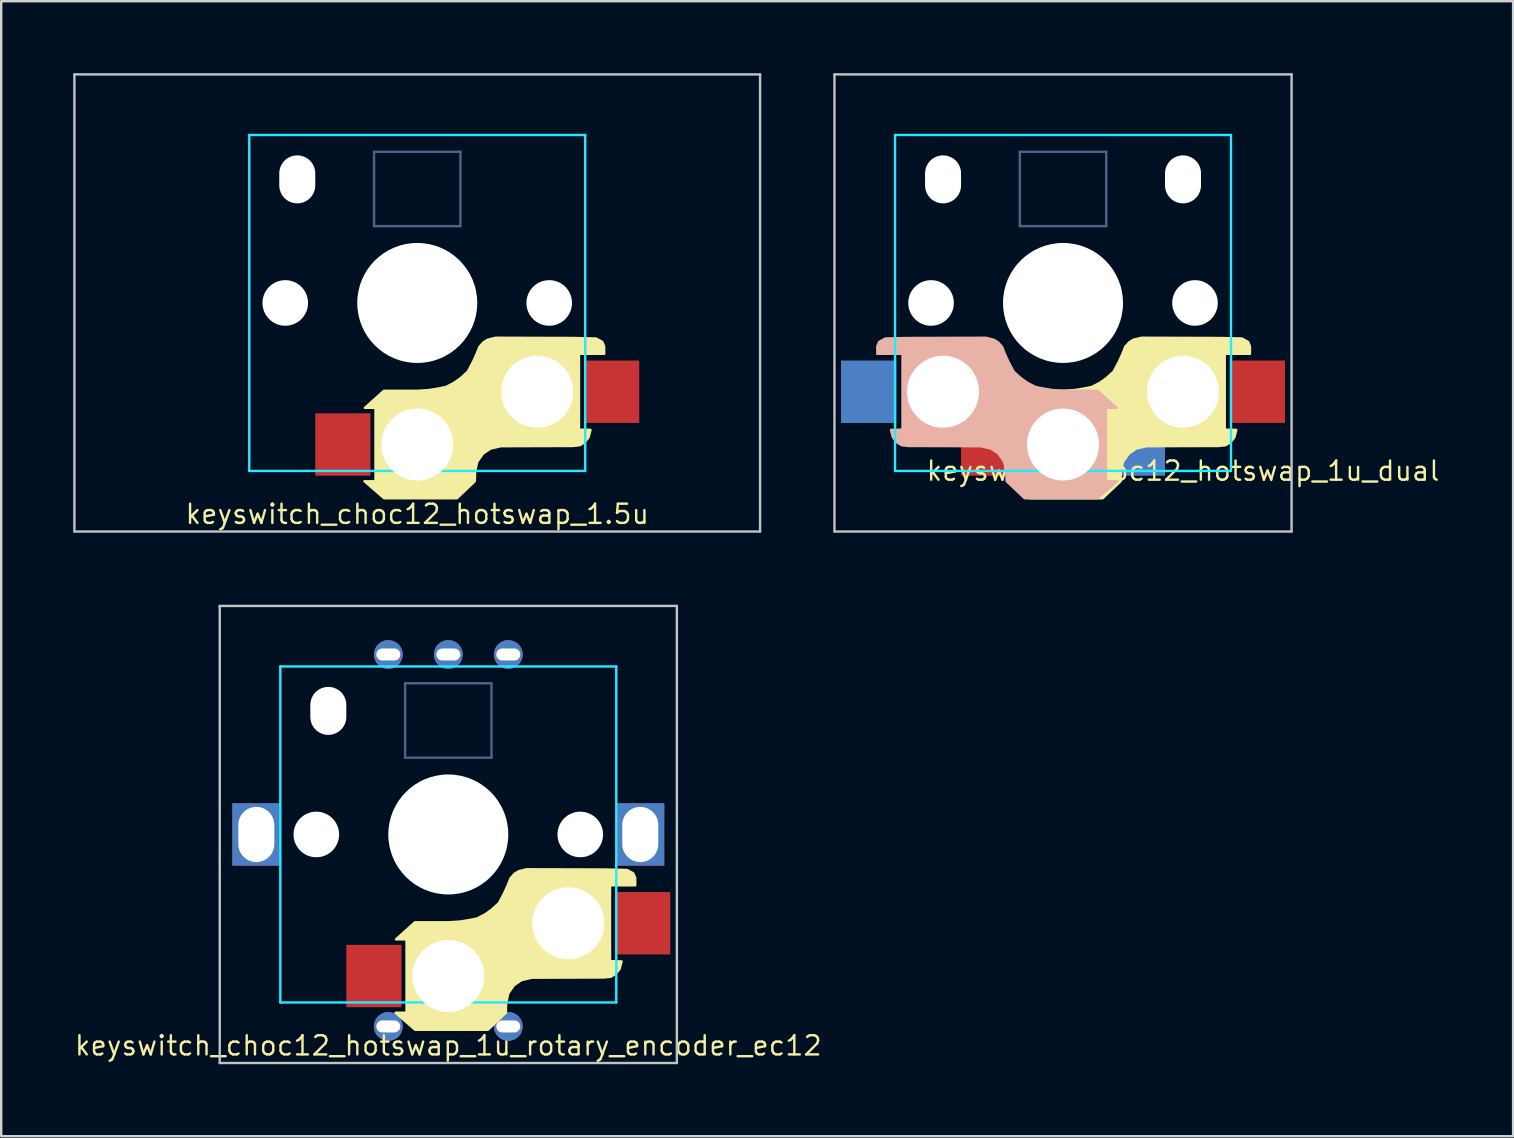
<source format=kicad_pcb>
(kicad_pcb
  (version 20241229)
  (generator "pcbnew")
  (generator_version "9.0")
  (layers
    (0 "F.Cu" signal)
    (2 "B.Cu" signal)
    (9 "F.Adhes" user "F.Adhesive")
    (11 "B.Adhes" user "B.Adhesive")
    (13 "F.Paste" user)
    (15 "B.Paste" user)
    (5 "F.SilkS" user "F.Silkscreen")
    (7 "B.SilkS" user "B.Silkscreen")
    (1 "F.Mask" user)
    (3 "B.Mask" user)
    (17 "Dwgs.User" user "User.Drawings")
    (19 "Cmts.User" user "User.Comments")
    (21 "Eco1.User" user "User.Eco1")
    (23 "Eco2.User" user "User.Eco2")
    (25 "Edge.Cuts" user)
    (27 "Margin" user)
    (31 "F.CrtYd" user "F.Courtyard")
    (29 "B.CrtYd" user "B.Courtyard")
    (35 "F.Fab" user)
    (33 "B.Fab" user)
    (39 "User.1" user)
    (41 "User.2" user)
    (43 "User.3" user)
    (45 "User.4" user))
  (footprint "keyswitch_choc12_hotswap_1u_dual"
    (layer "F.Cu")
    (at 41.25 9.575)
    (property "Reference" "keyswitch_choc12_hotswap_1u_dual" (at 5 7 0) (layer "F.SilkS") (effects (font (size 0.8 0.8) (thickness 0.1) (bold yes))))
    (attr smd)
    (fp_poly (pts (xy 1.8 3.14) (xy 2.11 2.86) (xy 2.34 2.42) (xy 2.48 2.11) (xy 2.59 1.83) (xy 2.76 1.64) (xy 2.94 1.53) (xy 3.27 1.45) (xy 6.52 1.46) (xy 7.45 1.48) (xy 7.71 1.622) (xy 7.79 1.81) (xy 7.79 2.12) (xy 6.74 2.12) (xy 6.74 5.28) (xy 7.22 5.29) (xy 7.14 5.6) (xy 6.98 5.8) (xy 6.77 5.93) (xy 6.48 5.96) (xy 3.48 5.97) (xy 3.05 6.07) (xy 2.74 6.28) (xy 2.5 6.62) (xy 2.41 7.04) (xy 2.4 7.43) (xy 1.65 8.14) (xy -1.38 8.14) (xy -2.2 7.43) (xy -1.74 7.43) (xy -1.74 4.37) (xy -2.18 4.37) (xy -1.39 3.66) (xy 0.02 3.66) (xy 0.48 3.63) (xy 0.85 3.57) (xy 1.2 3.5) (xy 1.53 3.33)) (stroke (width 0.1) (type solid)) (fill yes) (layer "F.SilkS"))
    (fp_poly (pts (xy -1.75 3.14) (xy -2.06 2.86) (xy -2.29 2.42) (xy -2.43 2.11) (xy -2.54 1.83) (xy -2.71 1.64) (xy -2.89 1.53) (xy -3.22 1.45) (xy -6.47 1.46) (xy -7.4 1.48) (xy -7.66 1.622) (xy -7.74 1.81) (xy -7.74 2.12) (xy -6.69 2.12) (xy -6.69 5.28) (xy -7.17 5.29) (xy -7.09 5.6) (xy -6.93 5.8) (xy -6.72 5.93) (xy -6.43 5.96) (xy -3.43 5.97) (xy -3 6.07) (xy -2.69 6.28) (xy -2.45 6.62) (xy -2.36 7.04) (xy -2.35 7.43) (xy -1.6 8.14) (xy 1.43 8.14) (xy 2.25 7.43) (xy 1.79 7.43) (xy 1.79 4.37) (xy 2.23 4.37) (xy 1.44 3.66) (xy 0.03 3.66) (xy -0.43 3.63) (xy -0.8 3.57) (xy -1.15 3.5) (xy -1.48 3.33)) (stroke (width 0.1) (type solid)) (fill yes) (layer "B.SilkS"))
    (fp_line (start -9.525 -9.525) (end -9.525 9.525) (stroke (width 0.1) (type solid)) (layer "Dwgs.User"))
    (fp_line (start -9.525 9.525) (end 9.525 9.525) (stroke (width 0.1) (type solid)) (layer "Dwgs.User"))
    (fp_line (start 9.525 -9.525) (end -9.525 -9.525) (stroke (width 0.1) (type solid)) (layer "Dwgs.User"))
    (fp_line (start 9.525 9.525) (end 9.525 -9.525) (stroke (width 0.1) (type solid)) (layer "Dwgs.User"))
    (fp_line (start -7 -7) (end -7 7) (stroke (width 0.1) (type solid)) (layer "B.CrtYd"))
    (fp_line (start -7 7) (end 7 7) (stroke (width 0.1) (type solid)) (layer "B.CrtYd"))
    (fp_line (start 7 -7) (end -7 -7) (stroke (width 0.1) (type solid)) (layer "B.CrtYd"))
    (fp_line (start 7 7) (end 7 -7) (stroke (width 0.1) (type solid)) (layer "B.CrtYd"))
    (fp_line (start -1.8 -6.3) (end 1.8 -6.3) (stroke (width 0.1) (type default)) (layer "B.Fab"))
    (fp_line (start -1.8 -3.2) (end -1.8 -6.3) (stroke (width 0.1) (type default)) (layer "B.Fab"))
    (fp_line (start -1.8 -3.2) (end 1.8 -3.2) (stroke (width 0.1) (type default)) (layer "B.Fab"))
    (fp_line (start 1.8 -3.2) (end 1.8 -6.3) (stroke (width 0.1) (type default)) (layer "B.Fab"))
    (pad "" np_thru_hole circle (at -5.5 0 270) (size 1.9 1.9) (drill 1.9) (layers "*.Cu" "*.Mask"))
    (pad "" np_thru_hole oval (at -5 -5.15) (size 1.5 2) (drill oval 1.5 2) (layers "*.Cu" "*.Mask"))
    (pad "" np_thru_hole circle (at -5 3.7 270) (size 3 3) (drill 3) (layers "*.Cu" "*.Mask"))
    (pad "" np_thru_hole circle (at 0 0 270) (size 5 5) (drill 5) (layers "*.Cu" "*.Mask"))
    (pad "" np_thru_hole circle (at 0 5.9 270) (size 3 3) (drill 3) (layers "*.Cu" "*.Mask"))
    (pad "" np_thru_hole oval (at 5 -5.15) (size 1.5 2) (drill oval 1.5 2) (layers "*.Cu" "*.Mask"))
    (pad "" np_thru_hole circle (at 5 3.7 270) (size 3 3) (drill 3) (layers "*.Cu" "*.Mask"))
    (pad "" np_thru_hole circle (at 5.5 0 270) (size 1.9 1.9) (drill 1.9) (layers "*.Cu" "*.Mask"))
    (pad "1" smd rect (at -8.1 3.7 180) (size 2.3 2.6) (layers "B.Cu" "B.Mask" "B.Paste"))
    (pad "1" smd rect (at 8.1 3.7 180) (size 2.3 2.6) (layers "F.Cu" "F.Mask" "F.Paste"))
    (pad "2" smd rect (at -3.1 5.9 180) (size 2.3 2.6) (layers "F.Cu" "F.Mask" "F.Paste"))
    (pad "2" smd rect (at 3.1 5.9 180) (size 2.3 2.6) (layers "B.Cu" "B.Mask" "B.Paste")))
  (footprint "keyswitch_choc12_hotswap_1.5u"
    (layer "F.Cu")
    (at 14.338 9.575)
    (property "Reference" "keyswitch_choc12_hotswap_1.5u" (at 0 8.8 0) (layer "F.SilkS") (effects (font (size 0.8 0.8) (thickness 0.1) (bold yes))))
    (attr smd)
    (fp_poly (pts (xy 1.8 3.14) (xy 2.11 2.86) (xy 2.34 2.42) (xy 2.48 2.11) (xy 2.59 1.83) (xy 2.76 1.64) (xy 2.94 1.53) (xy 3.27 1.45) (xy 6.52 1.46) (xy 7.45 1.48) (xy 7.71 1.622) (xy 7.79 1.81) (xy 7.79 2.12) (xy 6.74 2.12) (xy 6.74 5.28) (xy 7.22 5.29) (xy 7.14 5.6) (xy 6.98 5.8) (xy 6.77 5.93) (xy 6.48 5.96) (xy 3.48 5.97) (xy 3.05 6.07) (xy 2.74 6.28) (xy 2.5 6.62) (xy 2.41 7.04) (xy 2.4 7.43) (xy 1.65 8.14) (xy -1.38 8.14) (xy -2.2 7.43) (xy -1.74 7.43) (xy -1.74 4.37) (xy -2.18 4.37) (xy -1.39 3.66) (xy 0.02 3.66) (xy 0.48 3.63) (xy 0.85 3.57) (xy 1.2 3.5) (xy 1.53 3.33)) (stroke (width 0.1) (type solid)) (fill yes) (layer "F.SilkS"))
    (fp_line (start -14.287 -9.525) (end -14.287 9.525) (stroke (width 0.1) (type solid)) (layer "Dwgs.User"))
    (fp_line (start -14.287 9.525) (end 14.287 9.525) (stroke (width 0.1) (type solid)) (layer "Dwgs.User"))
    (fp_line (start 14.287 -9.525) (end -14.287 -9.525) (stroke (width 0.1) (type solid)) (layer "Dwgs.User"))
    (fp_line (start 14.287 9.525) (end 14.287 -9.525) (stroke (width 0.1) (type solid)) (layer "Dwgs.User"))
    (fp_line (start -7 -7) (end -7 7) (stroke (width 0.1) (type solid)) (layer "B.CrtYd"))
    (fp_line (start -7 7) (end 7 7) (stroke (width 0.1) (type solid)) (layer "B.CrtYd"))
    (fp_line (start 7 -7) (end -7 -7) (stroke (width 0.1) (type solid)) (layer "B.CrtYd"))
    (fp_line (start 7 7) (end 7 -7) (stroke (width 0.1) (type solid)) (layer "B.CrtYd"))
    (fp_line (start -1.8 -6.3) (end 1.8 -6.3) (stroke (width 0.1) (type default)) (layer "B.Fab"))
    (fp_line (start -1.8 -3.2) (end -1.8 -6.3) (stroke (width 0.1) (type default)) (layer "B.Fab"))
    (fp_line (start -1.8 -3.2) (end 1.8 -3.2) (stroke (width 0.1) (type default)) (layer "B.Fab"))
    (fp_line (start 1.8 -3.2) (end 1.8 -6.3) (stroke (width 0.1) (type default)) (layer "B.Fab"))
    (pad "" np_thru_hole circle (at -5.5 0 270) (size 1.9 1.9) (drill 1.9) (layers "*.Cu" "*.Mask"))
    (pad "" np_thru_hole oval (at -5 -5.15) (size 1.5 2) (drill oval 1.5 2) (layers "*.Cu" "*.Mask"))
    (pad "" np_thru_hole circle (at 0 0 270) (size 5 5) (drill 5) (layers "*.Cu" "*.Mask"))
    (pad "" np_thru_hole circle (at 0 5.9 270) (size 3 3) (drill 3) (layers "*.Cu" "*.Mask"))
    (pad "" np_thru_hole circle (at 5 3.7 270) (size 3 3) (drill 3) (layers "*.Cu" "*.Mask"))
    (pad "" np_thru_hole circle (at 5.5 0 270) (size 1.9 1.9) (drill 1.9) (layers "*.Cu" "*.Mask"))
    (pad "1" smd rect (at 8.1 3.7 180) (size 2.3 2.6) (layers "F.Cu" "F.Mask" "F.Paste"))
    (pad "2" smd rect (at -3.1 5.9 180) (size 2.3 2.6) (layers "F.Cu" "F.Mask" "F.Paste")))
  (footprint "keyswitch_choc12_hotswap_1u_rotary_encoder_ec12"
    (layer "F.Cu")
    (at 15.632 31.725)
    (property "Reference" "keyswitch_choc12_hotswap_1u_rotary_encoder_ec12" (at 0 8.8 0) (layer "F.SilkS") (effects (font (size 0.8 0.8) (thickness 0.1) (bold yes))))
    (attr smd)
    (fp_poly (pts (xy 1.8 3.14) (xy 2.11 2.86) (xy 2.34 2.42) (xy 2.48 2.11) (xy 2.59 1.83) (xy 2.76 1.64) (xy 2.94 1.53) (xy 3.27 1.45) (xy 6.52 1.46) (xy 7.45 1.48) (xy 7.71 1.622) (xy 7.79 1.81) (xy 7.79 2.12) (xy 6.74 2.12) (xy 6.74 5.28) (xy 7.22 5.29) (xy 7.14 5.6) (xy 6.98 5.8) (xy 6.77 5.93) (xy 6.48 5.96) (xy 3.48 5.97) (xy 3.05 6.07) (xy 2.74 6.28) (xy 2.5 6.62) (xy 2.41 7.04) (xy 2.4 7.43) (xy 1.65 8.14) (xy -1.38 8.14) (xy -2.2 7.43) (xy -1.74 7.43) (xy -1.74 4.37) (xy -2.18 4.37) (xy -1.39 3.66) (xy 0.02 3.66) (xy 0.48 3.63) (xy 0.85 3.57) (xy 1.2 3.5) (xy 1.53 3.33)) (stroke (width 0.1) (type solid)) (fill yes) (layer "F.SilkS"))
    (fp_line (start -9.525 -9.525) (end -9.525 9.525) (stroke (width 0.1) (type solid)) (layer "Dwgs.User"))
    (fp_line (start -9.525 9.525) (end 9.525 9.525) (stroke (width 0.1) (type solid)) (layer "Dwgs.User"))
    (fp_line (start 9.525 -9.525) (end -9.525 -9.525) (stroke (width 0.1) (type solid)) (layer "Dwgs.User"))
    (fp_line (start 9.525 9.525) (end 9.525 -9.525) (stroke (width 0.1) (type solid)) (layer "Dwgs.User"))
    (fp_line (start -7 -7) (end -7 7) (stroke (width 0.1) (type solid)) (layer "B.CrtYd"))
    (fp_line (start -7 7) (end 7 7) (stroke (width 0.1) (type solid)) (layer "B.CrtYd"))
    (fp_line (start 7 -7) (end -7 -7) (stroke (width 0.1) (type solid)) (layer "B.CrtYd"))
    (fp_line (start 7 7) (end 7 -7) (stroke (width 0.1) (type solid)) (layer "B.CrtYd"))
    (fp_line (start -1.8 -6.3) (end 1.8 -6.3) (stroke (width 0.1) (type default)) (layer "B.Fab"))
    (fp_line (start -1.8 -3.2) (end -1.8 -6.3) (stroke (width 0.1) (type default)) (layer "B.Fab"))
    (fp_line (start -1.8 -3.2) (end 1.8 -3.2) (stroke (width 0.1) (type default)) (layer "B.Fab"))
    (fp_line (start 1.8 -3.2) (end 1.8 -6.3) (stroke (width 0.1) (type default)) (layer "B.Fab"))
    (pad "" thru_hole rect (at -8 0 90) (size 2.6 2) (drill oval 2.3 1.5) (layers "*.Cu" "*.Mask"))
    (pad "" np_thru_hole circle (at -5.5 0 270) (size 1.9 1.9) (drill 1.9) (layers "*.Cu" "*.Mask"))
    (pad "" np_thru_hole oval (at -5 -5.15) (size 1.5 2) (drill oval 1.5 2) (layers "*.Cu" "*.Mask"))
    (pad "" np_thru_hole circle (at 0 0 270) (size 5 5) (drill 5) (layers "*.Cu" "*.Mask"))
    (pad "" np_thru_hole circle (at 0 5.9 270) (size 3 3) (drill 3) (layers "*.Cu" "*.Mask"))
    (pad "" np_thru_hole circle (at 5 3.7 270) (size 3 3) (drill 3) (layers "*.Cu" "*.Mask"))
    (pad "" np_thru_hole circle (at 5.5 0 270) (size 1.9 1.9) (drill 1.9) (layers "*.Cu" "*.Mask"))
    (pad "" thru_hole rect (at 8 0 90) (size 2.6 2) (drill oval 2.3 1.5) (layers "*.Cu" "*.Mask"))
    (pad "A" thru_hole circle (at -2.5 -7.5 180) (size 1.2 1.2) (drill oval 1 0.5) (layers "*.Cu" "F.Mask"))
    (pad "B" thru_hole circle (at 2.5 -7.5 180) (size 1.2 1.2) (drill oval 1 0.5) (layers "*.Cu" "F.Mask"))
    (pad "C" thru_hole circle (at 0 -7.5 180) (size 1.2 1.2) (drill oval 1 0.5) (layers "*.Cu" "F.Mask"))
    (pad "S1" thru_hole circle (at 2.5 8 180) (size 1.2 1.2) (drill oval 1 0.5) (layers "*.Cu" "F.Mask"))
    (pad "S1" smd rect (at 8.1 3.7 180) (size 2.3 2.6) (layers "F.Cu" "F.Mask" "F.Paste"))
    (pad "S2" smd rect (at -3.1 5.9 180) (size 2.3 2.6) (layers "F.Cu" "F.Mask" "F.Paste"))
    (pad "S2" thru_hole circle (at -2.5 8 180) (size 1.2 1.2) (drill oval 1 0.5) (layers "*.Cu" "F.Mask")))
  (gr_rect
    (start -3 -3)
    (end 60.006 44.3)
    (stroke (width 0.1) (type default))
    (fill no)
    (layer "Edge.Cuts")))
</source>
